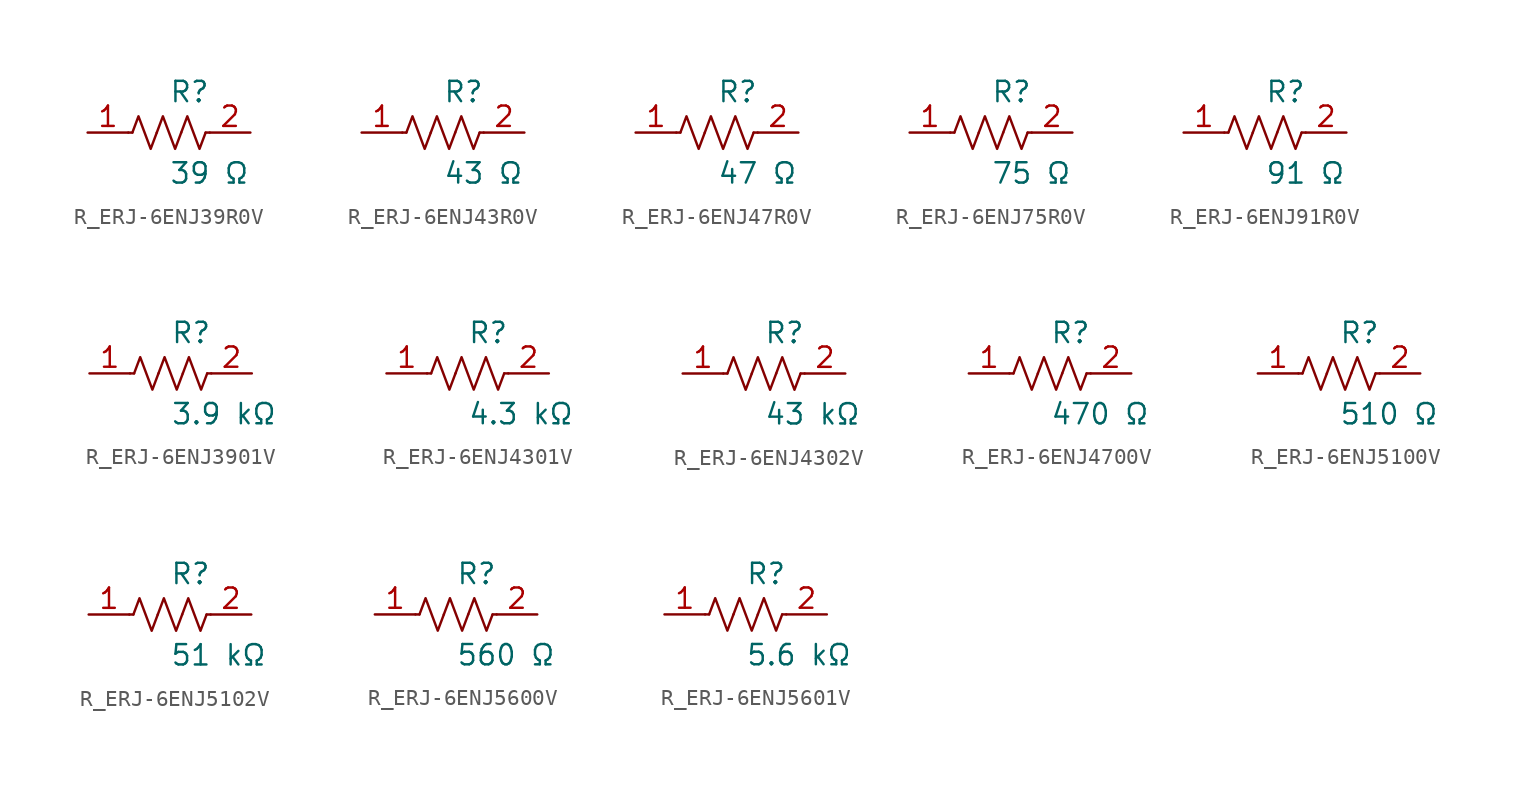
<source format=kicad_sym>
(kicad_symbol_lib
  (version 20231120)
  (generator kicad_symbol_editor)
  (generator_version 8.0)
  (symbol "R_ERJ-6ENJ39R0V"
    (pin_names
      (offset 0.254))
    (property "Reference" "R"
      (at 0.0 2.54 0)
      (effects (font (size 1.27 1.27)) (justify left)))
    (property "Value" "39 Ω"
      (at 0.0 -2.54 0)
      (effects (font (size 1.27 1.27)) (justify left)))
    (symbol "R_ERJ-6ENJ39R0V_0_1"
      (polyline (pts (xy 2.286 0) (xy 2.54 0)) (stroke (width 0) (type default)) (fill (type none)))
      (polyline (pts (xy -2.286 0) (xy -2.54 0)) (stroke (width 0) (type default)) (fill (type none)))
      (polyline (pts (xy 0.762 0) (xy 1.143 1.016) (xy 1.524 0) (xy 1.905 -1.016) (xy 2.286 0)) (stroke (width 0) (type default)) (fill (type none)))
      (polyline (pts (xy -0.762 0) (xy -0.381 1.016) (xy 0 0) (xy 0.381 -1.016) (xy 0.762 0)) (stroke (width 0) (type default)) (fill (type none)))
      (polyline (pts (xy -2.286 0) (xy -1.905 1.016) (xy -1.524 0) (xy -1.143 -1.016) (xy -0.762 0)) (stroke (width 0) (type default)) (fill (type none))))
    (pin unspecified line
      (at -5.08 0 0)
      (length 2.54)
      (name "" (effects (font (size 1.27 1.27))))
      (number "1" (effects (font (size 1.27 1.27)))))
    (pin unspecified line
      (at 5.08 0 180)
      (length 2.54)
      (name "" (effects (font (size 1.27 1.27))))
      (number "2" (effects (font (size 1.27 1.27))))))
  (symbol "R_ERJ-6ENJ43R0V"
    (pin_names
      (offset 0.254))
    (property "Reference" "R"
      (at 0.0 2.54 0)
      (effects (font (size 1.27 1.27)) (justify left)))
    (property "Value" "43 Ω"
      (at 0.0 -2.54 0)
      (effects (font (size 1.27 1.27)) (justify left)))
    (symbol "R_ERJ-6ENJ43R0V_0_1"
      (polyline (pts (xy 2.286 0) (xy 2.54 0)) (stroke (width 0) (type default)) (fill (type none)))
      (polyline (pts (xy -2.286 0) (xy -2.54 0)) (stroke (width 0) (type default)) (fill (type none)))
      (polyline (pts (xy 0.762 0) (xy 1.143 1.016) (xy 1.524 0) (xy 1.905 -1.016) (xy 2.286 0)) (stroke (width 0) (type default)) (fill (type none)))
      (polyline (pts (xy -0.762 0) (xy -0.381 1.016) (xy 0 0) (xy 0.381 -1.016) (xy 0.762 0)) (stroke (width 0) (type default)) (fill (type none)))
      (polyline (pts (xy -2.286 0) (xy -1.905 1.016) (xy -1.524 0) (xy -1.143 -1.016) (xy -0.762 0)) (stroke (width 0) (type default)) (fill (type none))))
    (pin unspecified line
      (at -5.08 0 0)
      (length 2.54)
      (name "" (effects (font (size 1.27 1.27))))
      (number "1" (effects (font (size 1.27 1.27)))))
    (pin unspecified line
      (at 5.08 0 180)
      (length 2.54)
      (name "" (effects (font (size 1.27 1.27))))
      (number "2" (effects (font (size 1.27 1.27))))))
  (symbol "R_ERJ-6ENJ47R0V"
    (pin_names
      (offset 0.254))
    (property "Reference" "R"
      (at 0.0 2.54 0)
      (effects (font (size 1.27 1.27)) (justify left)))
    (property "Value" "47 Ω"
      (at 0.0 -2.54 0)
      (effects (font (size 1.27 1.27)) (justify left)))
    (symbol "R_ERJ-6ENJ47R0V_0_1"
      (polyline (pts (xy 2.286 0) (xy 2.54 0)) (stroke (width 0) (type default)) (fill (type none)))
      (polyline (pts (xy -2.286 0) (xy -2.54 0)) (stroke (width 0) (type default)) (fill (type none)))
      (polyline (pts (xy 0.762 0) (xy 1.143 1.016) (xy 1.524 0) (xy 1.905 -1.016) (xy 2.286 0)) (stroke (width 0) (type default)) (fill (type none)))
      (polyline (pts (xy -0.762 0) (xy -0.381 1.016) (xy 0 0) (xy 0.381 -1.016) (xy 0.762 0)) (stroke (width 0) (type default)) (fill (type none)))
      (polyline (pts (xy -2.286 0) (xy -1.905 1.016) (xy -1.524 0) (xy -1.143 -1.016) (xy -0.762 0)) (stroke (width 0) (type default)) (fill (type none))))
    (pin unspecified line
      (at -5.08 0 0)
      (length 2.54)
      (name "" (effects (font (size 1.27 1.27))))
      (number "1" (effects (font (size 1.27 1.27)))))
    (pin unspecified line
      (at 5.08 0 180)
      (length 2.54)
      (name "" (effects (font (size 1.27 1.27))))
      (number "2" (effects (font (size 1.27 1.27))))))
  (symbol "R_ERJ-6ENJ75R0V"
    (pin_names
      (offset 0.254))
    (property "Reference" "R"
      (at 0.0 2.54 0)
      (effects (font (size 1.27 1.27)) (justify left)))
    (property "Value" "75 Ω"
      (at 0.0 -2.54 0)
      (effects (font (size 1.27 1.27)) (justify left)))
    (symbol "R_ERJ-6ENJ75R0V_0_1"
      (polyline (pts (xy 2.286 0) (xy 2.54 0)) (stroke (width 0) (type default)) (fill (type none)))
      (polyline (pts (xy -2.286 0) (xy -2.54 0)) (stroke (width 0) (type default)) (fill (type none)))
      (polyline (pts (xy 0.762 0) (xy 1.143 1.016) (xy 1.524 0) (xy 1.905 -1.016) (xy 2.286 0)) (stroke (width 0) (type default)) (fill (type none)))
      (polyline (pts (xy -0.762 0) (xy -0.381 1.016) (xy 0 0) (xy 0.381 -1.016) (xy 0.762 0)) (stroke (width 0) (type default)) (fill (type none)))
      (polyline (pts (xy -2.286 0) (xy -1.905 1.016) (xy -1.524 0) (xy -1.143 -1.016) (xy -0.762 0)) (stroke (width 0) (type default)) (fill (type none))))
    (pin unspecified line
      (at -5.08 0 0)
      (length 2.54)
      (name "" (effects (font (size 1.27 1.27))))
      (number "1" (effects (font (size 1.27 1.27)))))
    (pin unspecified line
      (at 5.08 0 180)
      (length 2.54)
      (name "" (effects (font (size 1.27 1.27))))
      (number "2" (effects (font (size 1.27 1.27))))))
  (symbol "R_ERJ-6ENJ91R0V"
    (pin_names
      (offset 0.254))
    (property "Reference" "R"
      (at 0.0 2.54 0)
      (effects (font (size 1.27 1.27)) (justify left)))
    (property "Value" "91 Ω"
      (at 0.0 -2.54 0)
      (effects (font (size 1.27 1.27)) (justify left)))
    (symbol "R_ERJ-6ENJ91R0V_0_1"
      (polyline (pts (xy 2.286 0) (xy 2.54 0)) (stroke (width 0) (type default)) (fill (type none)))
      (polyline (pts (xy -2.286 0) (xy -2.54 0)) (stroke (width 0) (type default)) (fill (type none)))
      (polyline (pts (xy 0.762 0) (xy 1.143 1.016) (xy 1.524 0) (xy 1.905 -1.016) (xy 2.286 0)) (stroke (width 0) (type default)) (fill (type none)))
      (polyline (pts (xy -0.762 0) (xy -0.381 1.016) (xy 0 0) (xy 0.381 -1.016) (xy 0.762 0)) (stroke (width 0) (type default)) (fill (type none)))
      (polyline (pts (xy -2.286 0) (xy -1.905 1.016) (xy -1.524 0) (xy -1.143 -1.016) (xy -0.762 0)) (stroke (width 0) (type default)) (fill (type none))))
    (pin unspecified line
      (at -5.08 0 0)
      (length 2.54)
      (name "" (effects (font (size 1.27 1.27))))
      (number "1" (effects (font (size 1.27 1.27)))))
    (pin unspecified line
      (at 5.08 0 180)
      (length 2.54)
      (name "" (effects (font (size 1.27 1.27))))
      (number "2" (effects (font (size 1.27 1.27))))))
  (symbol "R_ERJ-6ENJ3901V"
    (pin_names
      (offset 0.254))
    (property "Reference" "R"
      (at 0.0 2.54 0)
      (effects (font (size 1.27 1.27)) (justify left)))
    (property "Value" "3.9 kΩ"
      (at 0.0 -2.54 0)
      (effects (font (size 1.27 1.27)) (justify left)))
    (symbol "R_ERJ-6ENJ3901V_0_1"
      (polyline (pts (xy 2.286 0) (xy 2.54 0)) (stroke (width 0) (type default)) (fill (type none)))
      (polyline (pts (xy -2.286 0) (xy -2.54 0)) (stroke (width 0) (type default)) (fill (type none)))
      (polyline (pts (xy 0.762 0) (xy 1.143 1.016) (xy 1.524 0) (xy 1.905 -1.016) (xy 2.286 0)) (stroke (width 0) (type default)) (fill (type none)))
      (polyline (pts (xy -0.762 0) (xy -0.381 1.016) (xy 0 0) (xy 0.381 -1.016) (xy 0.762 0)) (stroke (width 0) (type default)) (fill (type none)))
      (polyline (pts (xy -2.286 0) (xy -1.905 1.016) (xy -1.524 0) (xy -1.143 -1.016) (xy -0.762 0)) (stroke (width 0) (type default)) (fill (type none))))
    (pin unspecified line
      (at -5.08 0 0)
      (length 2.54)
      (name "" (effects (font (size 1.27 1.27))))
      (number "1" (effects (font (size 1.27 1.27)))))
    (pin unspecified line
      (at 5.08 0 180)
      (length 2.54)
      (name "" (effects (font (size 1.27 1.27))))
      (number "2" (effects (font (size 1.27 1.27))))))
  (symbol "R_ERJ-6ENJ4301V"
    (pin_names
      (offset 0.254))
    (property "Reference" "R"
      (at 0.0 2.54 0)
      (effects (font (size 1.27 1.27)) (justify left)))
    (property "Value" "4.3 kΩ"
      (at 0.0 -2.54 0)
      (effects (font (size 1.27 1.27)) (justify left)))
    (symbol "R_ERJ-6ENJ4301V_0_1"
      (polyline (pts (xy 2.286 0) (xy 2.54 0)) (stroke (width 0) (type default)) (fill (type none)))
      (polyline (pts (xy -2.286 0) (xy -2.54 0)) (stroke (width 0) (type default)) (fill (type none)))
      (polyline (pts (xy 0.762 0) (xy 1.143 1.016) (xy 1.524 0) (xy 1.905 -1.016) (xy 2.286 0)) (stroke (width 0) (type default)) (fill (type none)))
      (polyline (pts (xy -0.762 0) (xy -0.381 1.016) (xy 0 0) (xy 0.381 -1.016) (xy 0.762 0)) (stroke (width 0) (type default)) (fill (type none)))
      (polyline (pts (xy -2.286 0) (xy -1.905 1.016) (xy -1.524 0) (xy -1.143 -1.016) (xy -0.762 0)) (stroke (width 0) (type default)) (fill (type none))))
    (pin unspecified line
      (at -5.08 0 0)
      (length 2.54)
      (name "" (effects (font (size 1.27 1.27))))
      (number "1" (effects (font (size 1.27 1.27)))))
    (pin unspecified line
      (at 5.08 0 180)
      (length 2.54)
      (name "" (effects (font (size 1.27 1.27))))
      (number "2" (effects (font (size 1.27 1.27))))))
  (symbol "R_ERJ-6ENJ4302V"
    (pin_names
      (offset 0.254))
    (property "Reference" "R"
      (at 0.0 2.54 0)
      (effects (font (size 1.27 1.27)) (justify left)))
    (property "Value" "43 kΩ"
      (at 0.0 -2.54 0)
      (effects (font (size 1.27 1.27)) (justify left)))
    (symbol "R_ERJ-6ENJ4302V_0_1"
      (polyline (pts (xy 2.286 0) (xy 2.54 0)) (stroke (width 0) (type default)) (fill (type none)))
      (polyline (pts (xy -2.286 0) (xy -2.54 0)) (stroke (width 0) (type default)) (fill (type none)))
      (polyline (pts (xy 0.762 0) (xy 1.143 1.016) (xy 1.524 0) (xy 1.905 -1.016) (xy 2.286 0)) (stroke (width 0) (type default)) (fill (type none)))
      (polyline (pts (xy -0.762 0) (xy -0.381 1.016) (xy 0 0) (xy 0.381 -1.016) (xy 0.762 0)) (stroke (width 0) (type default)) (fill (type none)))
      (polyline (pts (xy -2.286 0) (xy -1.905 1.016) (xy -1.524 0) (xy -1.143 -1.016) (xy -0.762 0)) (stroke (width 0) (type default)) (fill (type none))))
    (pin unspecified line
      (at -5.08 0 0)
      (length 2.54)
      (name "" (effects (font (size 1.27 1.27))))
      (number "1" (effects (font (size 1.27 1.27)))))
    (pin unspecified line
      (at 5.08 0 180)
      (length 2.54)
      (name "" (effects (font (size 1.27 1.27))))
      (number "2" (effects (font (size 1.27 1.27))))))
  (symbol "R_ERJ-6ENJ4700V"
    (pin_names
      (offset 0.254))
    (property "Reference" "R"
      (at 0.0 2.54 0)
      (effects (font (size 1.27 1.27)) (justify left)))
    (property "Value" "470 Ω"
      (at 0.0 -2.54 0)
      (effects (font (size 1.27 1.27)) (justify left)))
    (symbol "R_ERJ-6ENJ4700V_0_1"
      (polyline (pts (xy 2.286 0) (xy 2.54 0)) (stroke (width 0) (type default)) (fill (type none)))
      (polyline (pts (xy -2.286 0) (xy -2.54 0)) (stroke (width 0) (type default)) (fill (type none)))
      (polyline (pts (xy 0.762 0) (xy 1.143 1.016) (xy 1.524 0) (xy 1.905 -1.016) (xy 2.286 0)) (stroke (width 0) (type default)) (fill (type none)))
      (polyline (pts (xy -0.762 0) (xy -0.381 1.016) (xy 0 0) (xy 0.381 -1.016) (xy 0.762 0)) (stroke (width 0) (type default)) (fill (type none)))
      (polyline (pts (xy -2.286 0) (xy -1.905 1.016) (xy -1.524 0) (xy -1.143 -1.016) (xy -0.762 0)) (stroke (width 0) (type default)) (fill (type none))))
    (pin unspecified line
      (at -5.08 0 0)
      (length 2.54)
      (name "" (effects (font (size 1.27 1.27))))
      (number "1" (effects (font (size 1.27 1.27)))))
    (pin unspecified line
      (at 5.08 0 180)
      (length 2.54)
      (name "" (effects (font (size 1.27 1.27))))
      (number "2" (effects (font (size 1.27 1.27))))))
  (symbol "R_ERJ-6ENJ5100V"
    (pin_names
      (offset 0.254))
    (property "Reference" "R"
      (at 0.0 2.54 0)
      (effects (font (size 1.27 1.27)) (justify left)))
    (property "Value" "510 Ω"
      (at 0.0 -2.54 0)
      (effects (font (size 1.27 1.27)) (justify left)))
    (symbol "R_ERJ-6ENJ5100V_0_1"
      (polyline (pts (xy 2.286 0) (xy 2.54 0)) (stroke (width 0) (type default)) (fill (type none)))
      (polyline (pts (xy -2.286 0) (xy -2.54 0)) (stroke (width 0) (type default)) (fill (type none)))
      (polyline (pts (xy 0.762 0) (xy 1.143 1.016) (xy 1.524 0) (xy 1.905 -1.016) (xy 2.286 0)) (stroke (width 0) (type default)) (fill (type none)))
      (polyline (pts (xy -0.762 0) (xy -0.381 1.016) (xy 0 0) (xy 0.381 -1.016) (xy 0.762 0)) (stroke (width 0) (type default)) (fill (type none)))
      (polyline (pts (xy -2.286 0) (xy -1.905 1.016) (xy -1.524 0) (xy -1.143 -1.016) (xy -0.762 0)) (stroke (width 0) (type default)) (fill (type none))))
    (pin unspecified line
      (at -5.08 0 0)
      (length 2.54)
      (name "" (effects (font (size 1.27 1.27))))
      (number "1" (effects (font (size 1.27 1.27)))))
    (pin unspecified line
      (at 5.08 0 180)
      (length 2.54)
      (name "" (effects (font (size 1.27 1.27))))
      (number "2" (effects (font (size 1.27 1.27))))))
  (symbol "R_ERJ-6ENJ5102V"
    (pin_names
      (offset 0.254))
    (property "Reference" "R"
      (at 0.0 2.54 0)
      (effects (font (size 1.27 1.27)) (justify left)))
    (property "Value" "51 kΩ"
      (at 0.0 -2.54 0)
      (effects (font (size 1.27 1.27)) (justify left)))
    (symbol "R_ERJ-6ENJ5102V_0_1"
      (polyline (pts (xy 2.286 0) (xy 2.54 0)) (stroke (width 0) (type default)) (fill (type none)))
      (polyline (pts (xy -2.286 0) (xy -2.54 0)) (stroke (width 0) (type default)) (fill (type none)))
      (polyline (pts (xy 0.762 0) (xy 1.143 1.016) (xy 1.524 0) (xy 1.905 -1.016) (xy 2.286 0)) (stroke (width 0) (type default)) (fill (type none)))
      (polyline (pts (xy -0.762 0) (xy -0.381 1.016) (xy 0 0) (xy 0.381 -1.016) (xy 0.762 0)) (stroke (width 0) (type default)) (fill (type none)))
      (polyline (pts (xy -2.286 0) (xy -1.905 1.016) (xy -1.524 0) (xy -1.143 -1.016) (xy -0.762 0)) (stroke (width 0) (type default)) (fill (type none))))
    (pin unspecified line
      (at -5.08 0 0)
      (length 2.54)
      (name "" (effects (font (size 1.27 1.27))))
      (number "1" (effects (font (size 1.27 1.27)))))
    (pin unspecified line
      (at 5.08 0 180)
      (length 2.54)
      (name "" (effects (font (size 1.27 1.27))))
      (number "2" (effects (font (size 1.27 1.27))))))
  (symbol "R_ERJ-6ENJ5600V"
    (pin_names
      (offset 0.254))
    (property "Reference" "R"
      (at 0.0 2.54 0)
      (effects (font (size 1.27 1.27)) (justify left)))
    (property "Value" "560 Ω"
      (at 0.0 -2.54 0)
      (effects (font (size 1.27 1.27)) (justify left)))
    (symbol "R_ERJ-6ENJ5600V_0_1"
      (polyline (pts (xy 2.286 0) (xy 2.54 0)) (stroke (width 0) (type default)) (fill (type none)))
      (polyline (pts (xy -2.286 0) (xy -2.54 0)) (stroke (width 0) (type default)) (fill (type none)))
      (polyline (pts (xy 0.762 0) (xy 1.143 1.016) (xy 1.524 0) (xy 1.905 -1.016) (xy 2.286 0)) (stroke (width 0) (type default)) (fill (type none)))
      (polyline (pts (xy -0.762 0) (xy -0.381 1.016) (xy 0 0) (xy 0.381 -1.016) (xy 0.762 0)) (stroke (width 0) (type default)) (fill (type none)))
      (polyline (pts (xy -2.286 0) (xy -1.905 1.016) (xy -1.524 0) (xy -1.143 -1.016) (xy -0.762 0)) (stroke (width 0) (type default)) (fill (type none))))
    (pin unspecified line
      (at -5.08 0 0)
      (length 2.54)
      (name "" (effects (font (size 1.27 1.27))))
      (number "1" (effects (font (size 1.27 1.27)))))
    (pin unspecified line
      (at 5.08 0 180)
      (length 2.54)
      (name "" (effects (font (size 1.27 1.27))))
      (number "2" (effects (font (size 1.27 1.27))))))
  (symbol "R_ERJ-6ENJ5601V"
    (pin_names
      (offset 0.254))
    (property "Reference" "R"
      (at 0.0 2.54 0)
      (effects (font (size 1.27 1.27)) (justify left)))
    (property "Value" "5.6 kΩ"
      (at 0.0 -2.54 0)
      (effects (font (size 1.27 1.27)) (justify left)))
    (symbol "R_ERJ-6ENJ5601V_0_1"
      (polyline (pts (xy 2.286 0) (xy 2.54 0)) (stroke (width 0) (type default)) (fill (type none)))
      (polyline (pts (xy -2.286 0) (xy -2.54 0)) (stroke (width 0) (type default)) (fill (type none)))
      (polyline (pts (xy 0.762 0) (xy 1.143 1.016) (xy 1.524 0) (xy 1.905 -1.016) (xy 2.286 0)) (stroke (width 0) (type default)) (fill (type none)))
      (polyline (pts (xy -0.762 0) (xy -0.381 1.016) (xy 0 0) (xy 0.381 -1.016) (xy 0.762 0)) (stroke (width 0) (type default)) (fill (type none)))
      (polyline (pts (xy -2.286 0) (xy -1.905 1.016) (xy -1.524 0) (xy -1.143 -1.016) (xy -0.762 0)) (stroke (width 0) (type default)) (fill (type none))))
    (pin unspecified line
      (at -5.08 0 0)
      (length 2.54)
      (name "" (effects (font (size 1.27 1.27))))
      (number "1" (effects (font (size 1.27 1.27)))))
    (pin unspecified line
      (at 5.08 0 180)
      (length 2.54)
      (name "" (effects (font (size 1.27 1.27))))
      (number "2" (effects (font (size 1.27 1.27)))))))
</source>
